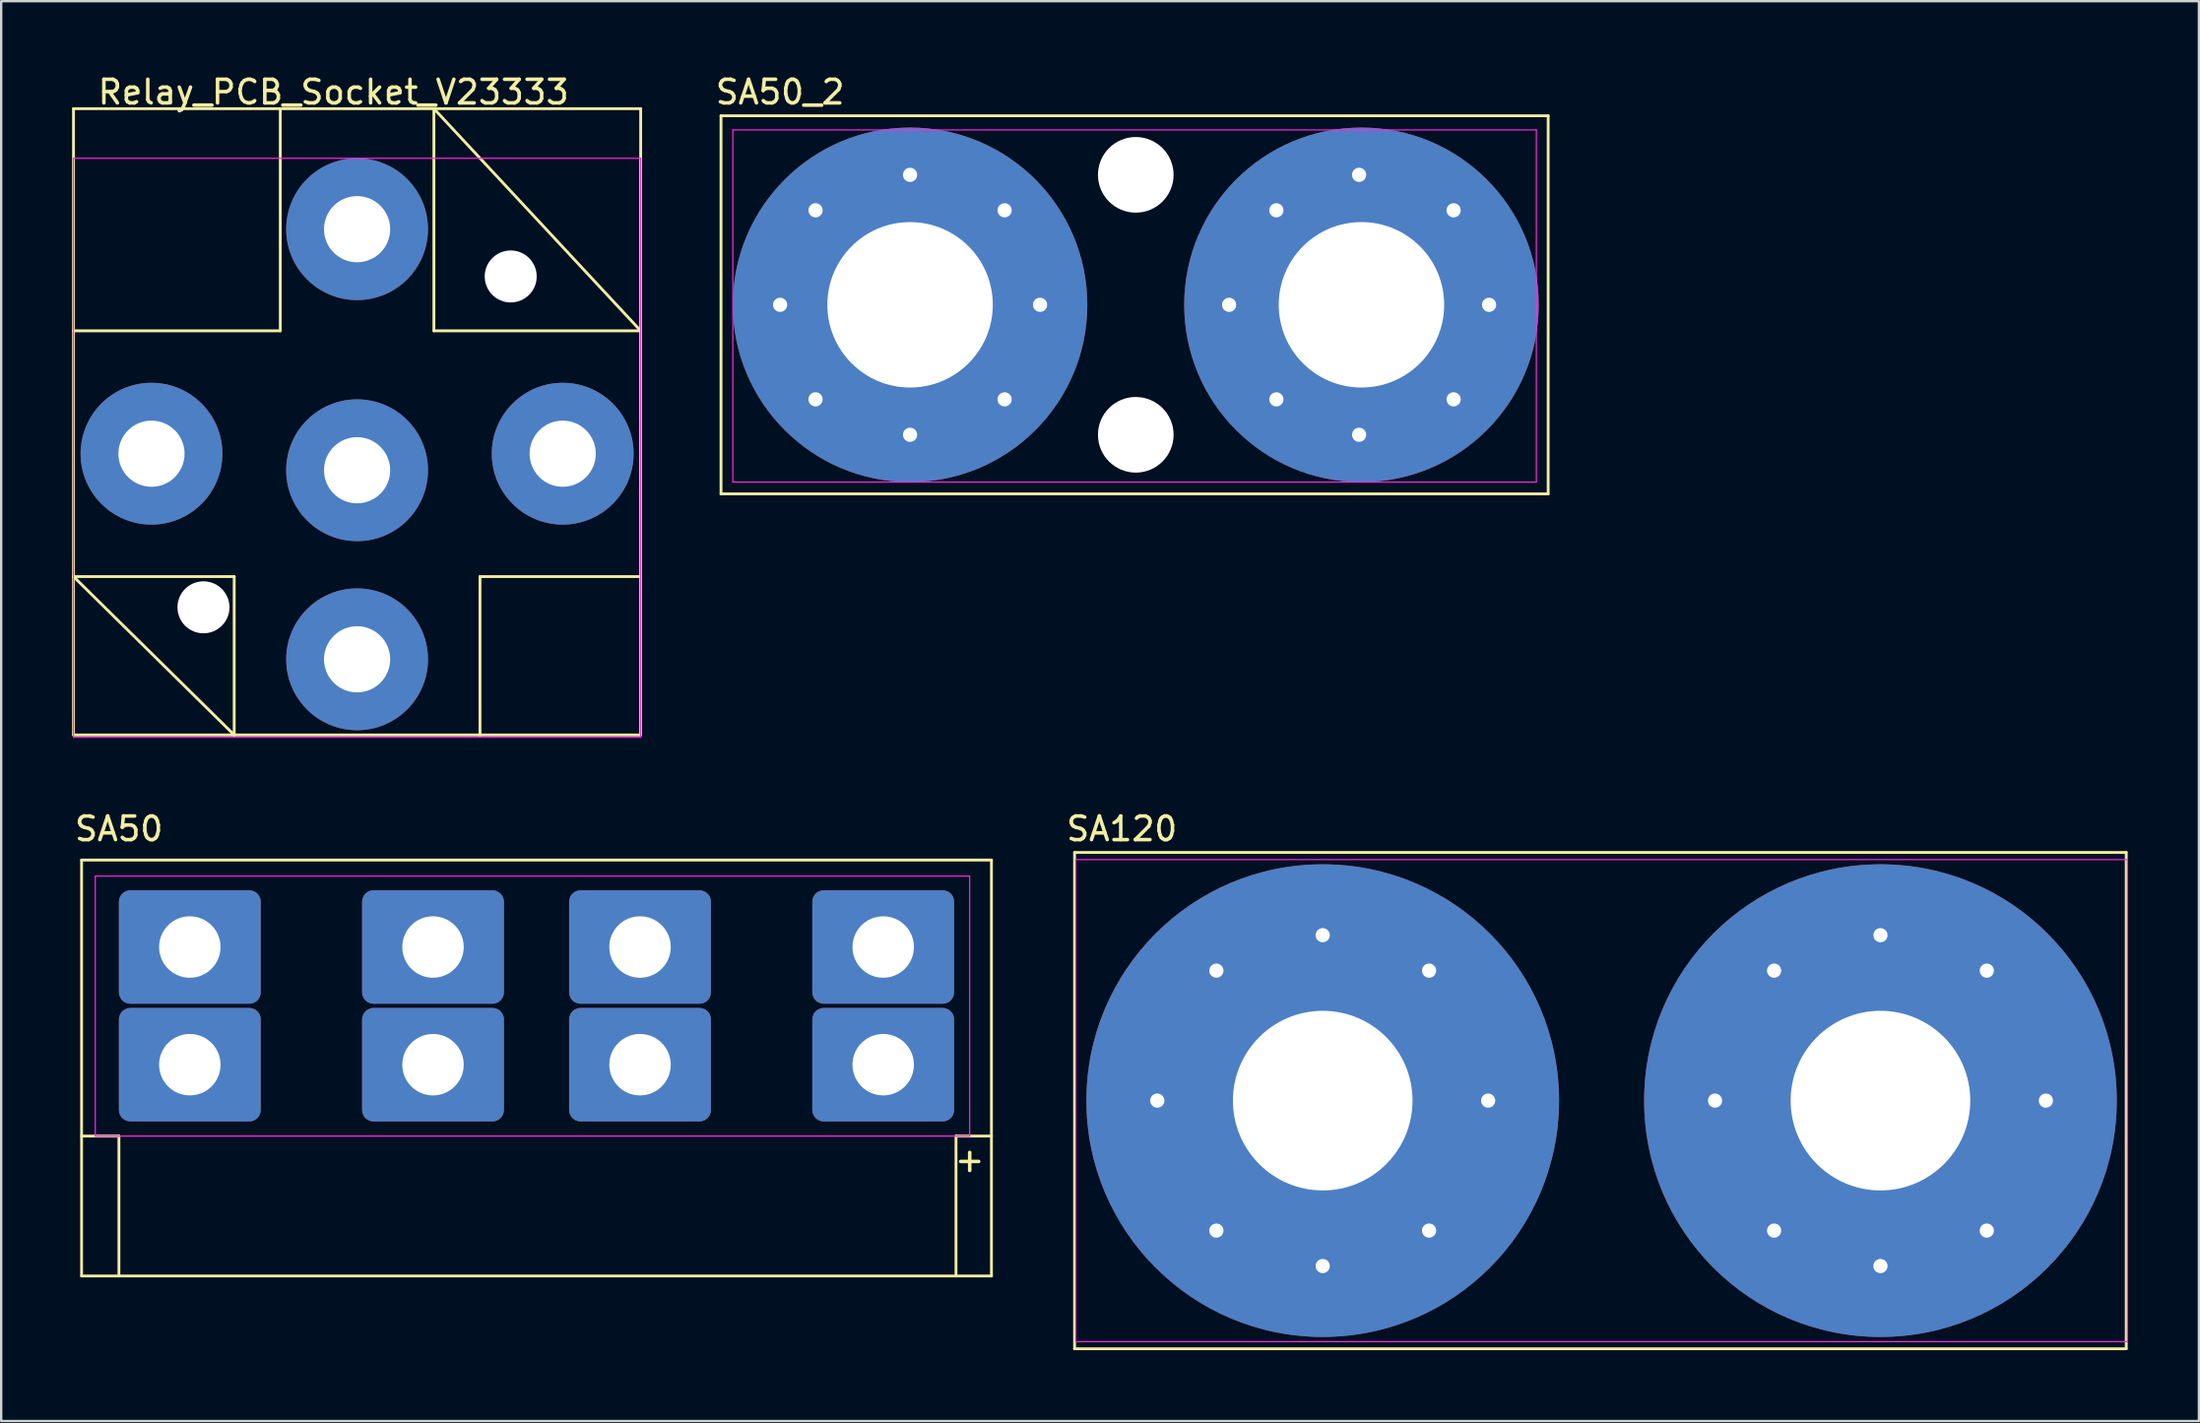
<source format=kicad_pcb>
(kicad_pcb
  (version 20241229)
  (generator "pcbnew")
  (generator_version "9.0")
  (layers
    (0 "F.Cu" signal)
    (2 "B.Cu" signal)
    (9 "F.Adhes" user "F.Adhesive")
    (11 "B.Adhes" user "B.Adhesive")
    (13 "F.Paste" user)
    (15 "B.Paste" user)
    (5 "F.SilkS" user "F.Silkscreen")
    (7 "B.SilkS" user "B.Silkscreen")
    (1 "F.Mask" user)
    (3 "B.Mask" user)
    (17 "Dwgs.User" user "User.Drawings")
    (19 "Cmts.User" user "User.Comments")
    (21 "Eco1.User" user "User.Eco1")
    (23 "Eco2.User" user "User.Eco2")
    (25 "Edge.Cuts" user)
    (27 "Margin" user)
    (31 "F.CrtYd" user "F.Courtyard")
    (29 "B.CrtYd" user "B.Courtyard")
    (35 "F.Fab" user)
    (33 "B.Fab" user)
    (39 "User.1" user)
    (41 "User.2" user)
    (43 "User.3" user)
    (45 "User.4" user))
  (footprint "Relay_PCB_Socket_V23333"
    (layer "F.Cu")
    (at 12.06 16.148)
    (property "Reference" "Relay_PCB_Socket_V23333" (at -1 -15.3 0) (layer "F.SilkS") (effects (font (size 1 1) (thickness 0.15))))
    (attr through_hole)
    (fp_line (start -12 -14.6) (end -12 11.9) (stroke (width 0.12) (type solid)) (layer "F.SilkS"))
    (fp_line (start -12 -14.6) (end 12 -14.6) (stroke (width 0.12) (type solid)) (layer "F.SilkS"))
    (fp_line (start -12 -5.2) (end -3.25 -5.2) (stroke (width 0.12) (type solid)) (layer "F.SilkS"))
    (fp_line (start -12 5.2) (end -5.2 5.2) (stroke (width 0.12) (type solid)) (layer "F.SilkS"))
    (fp_line (start -12 5.2) (end -5.2 11.9) (stroke (width 0.12) (type solid)) (layer "F.SilkS"))
    (fp_line (start -12 11.9) (end 12 11.9) (stroke (width 0.12) (type solid)) (layer "F.SilkS"))
    (fp_line (start -5.2 11.9) (end -5.2 5.2) (stroke (width 0.12) (type solid)) (layer "F.SilkS"))
    (fp_line (start -3.25 -14.6) (end -3.25 -5.2) (stroke (width 0.12) (type solid)) (layer "F.SilkS"))
    (fp_line (start 3.25 -14.6) (end 3.25 -5.2) (stroke (width 0.12) (type solid)) (layer "F.SilkS"))
    (fp_line (start 3.25 -14.6) (end 12 -5.2) (stroke (width 0.12) (type solid)) (layer "F.SilkS"))
    (fp_line (start 3.25 -5.2) (end 12 -5.2) (stroke (width 0.12) (type solid)) (layer "F.SilkS"))
    (fp_line (start 5.2 5.2) (end 12 5.2) (stroke (width 0.12) (type solid)) (layer "F.SilkS"))
    (fp_line (start 5.2 11.9) (end 5.2 5.2) (stroke (width 0.12) (type solid)) (layer "F.SilkS"))
    (fp_line (start 12 -14.6) (end 12 11.9) (stroke (width 0.12) (type solid)) (layer "F.SilkS"))
    (fp_line (start -12 -12.5) (end 12 -12.5) (stroke (width 0.05) (type solid)) (layer "F.CrtYd"))
    (fp_line (start -12 12) (end -12 -12.5) (stroke (width 0.05) (type solid)) (layer "F.CrtYd"))
    (fp_line (start 12 -12.5) (end 12 12) (stroke (width 0.05) (type solid)) (layer "F.CrtYd"))
    (fp_line (start 12 12) (end -12 12) (stroke (width 0.05) (type solid)) (layer "F.CrtYd"))
    (pad "" np_thru_hole circle (at -6.5 6.5) (size 2.2 2.2) (drill 2.2) (layers "*.Cu" "*.Mask"))
    (pad "" np_thru_hole circle (at 6.5 -7.5) (size 2.2 2.2) (drill 2.2) (layers "*.Cu" "*.Mask"))
    (pad "30" thru_hole circle (at 0 -9.5) (size 6 6) (drill 2.8) (layers "*.Cu" "*.Mask"))
    (pad "85" thru_hole circle (at 8.7 0) (size 6 6) (drill 2.8) (layers "*.Cu" "*.Mask"))
    (pad "86" thru_hole circle (at -8.7 0) (size 6 6) (drill 2.8) (layers "*.Cu" "*.Mask"))
    (pad "87" thru_hole circle (at 0 8.7) (size 6 6) (drill 2.8) (layers "*.Cu" "*.Mask"))
    (pad "87a" thru_hole circle (at 0 0.7) (size 6 6) (drill 2.8) (layers "*.Cu" "*.Mask")))
  (footprint "SA50"
    (layer "F.Cu")
    (at 4.982 37.022)
    (property "Reference" "SA50" (at -3 -5 0) (layer "F.SilkS") (effects (font (size 1 1) (thickness 0.15))))
    (attr through_hole)
    (fp_line (start -4.58 13.92) (end -4.58 -3.68) (stroke (width 0.12) (type solid)) (layer "F.SilkS"))
    (fp_line (start -4.58 13.92) (end 33.92 13.92) (stroke (width 0.12) (type solid)) (layer "F.SilkS"))
    (fp_line (start -3 8) (end -4.58 8) (stroke (width 0.12) (type solid)) (layer "F.SilkS"))
    (fp_line (start -3 8) (end -3 13.92) (stroke (width 0.12) (type solid)) (layer "F.SilkS"))
    (fp_line (start 32.42 8) (end 32.42 13.92) (stroke (width 0.12) (type solid)) (layer "F.SilkS"))
    (fp_line (start 33.92 -3.68) (end -4.58 -3.68) (stroke (width 0.12) (type solid)) (layer "F.SilkS"))
    (fp_line (start 33.92 -3.68) (end 33.92 13.92) (stroke (width 0.12) (type solid)) (layer "F.SilkS"))
    (fp_line (start 33.92 8) (end 32.42 8) (stroke (width 0.12) (type solid)) (layer "F.SilkS"))
    (fp_line (start -4 -3) (end 33 -3) (stroke (width 0.05) (type solid)) (layer "F.CrtYd"))
    (fp_line (start -4 8) (end -4 -3) (stroke (width 0.05) (type solid)) (layer "F.CrtYd"))
    (fp_line (start -4 8) (end 33 8) (stroke (width 0.05) (type solid)) (layer "F.CrtYd"))
    (fp_line (start 33 -3) (end 33 8) (stroke (width 0.05) (type solid)) (layer "F.CrtYd"))
    (fp_text user "+" (at 33 9 0) (layer "F.SilkS") (effects (font (size 1 1) (thickness 0.15))))
    (pad "1" thru_hole roundrect (at 0 0) (size 6 4.8) (drill 2.6) (layers "*.Cu" "*.Mask") (roundrect_rratio 0.1))
    (pad "1" thru_hole roundrect (at 0 4.98) (size 6 4.8) (drill 2.6) (layers "*.Cu" "*.Mask") (roundrect_rratio 0.1))
    (pad "1" thru_hole roundrect (at 10.29 0) (size 6 4.8) (drill 2.6) (layers "*.Cu" "*.Mask") (roundrect_rratio 0.1))
    (pad "1" thru_hole roundrect (at 10.29 4.98) (size 6 4.8) (drill 2.6) (layers "*.Cu" "*.Mask") (roundrect_rratio 0.1))
    (pad "2" thru_hole roundrect (at 19.05 0) (size 6 4.8) (drill 2.6) (layers "*.Cu" "*.Mask") (roundrect_rratio 0.1))
    (pad "2" thru_hole roundrect (at 19.05 4.98) (size 6 4.8) (drill 2.6) (layers "*.Cu" "*.Mask") (roundrect_rratio 0.1))
    (pad "2" thru_hole roundrect (at 29.34 0) (size 6 4.8) (drill 2.6) (layers "*.Cu" "*.Mask") (roundrect_rratio 0.1))
    (pad "2" thru_hole roundrect (at 29.34 4.98) (size 6 4.8) (drill 2.6) (layers "*.Cu" "*.Mask") (roundrect_rratio 0.1)))
  (footprint "SA50_2"
    (layer "F.Cu")
    (at 35.459 9.848)
    (property "Reference" "SA50_2" (at -5.5 -9 0) (layer "F.SilkS") (effects (font (size 1 1) (thickness 0.15))))
    (attr through_hole)
    (fp_line (start -8 -8) (end 27 -8) (stroke (width 0.12) (type solid)) (layer "F.SilkS"))
    (fp_line (start -8 8) (end -8 -8) (stroke (width 0.12) (type solid)) (layer "F.SilkS"))
    (fp_line (start 27 -8) (end 27 8) (stroke (width 0.12) (type solid)) (layer "F.SilkS"))
    (fp_line (start 27 8) (end -8 8) (stroke (width 0.12) (type solid)) (layer "F.SilkS"))
    (fp_line (start -7.5 -7.4) (end 26.5 -7.4) (stroke (width 0.05) (type solid)) (layer "F.CrtYd"))
    (fp_line (start -7.5 7.5) (end -7.5 -7.4) (stroke (width 0.05) (type solid)) (layer "F.CrtYd"))
    (fp_line (start -7.5 7.5) (end 26.5 7.5) (stroke (width 0.05) (type solid)) (layer "F.CrtYd"))
    (fp_line (start 26.5 -7.4) (end 26.5 7.5) (stroke (width 0.05) (type solid)) (layer "F.CrtYd"))
    (pad "" np_thru_hole circle (at 9.55 -5.5) (size 3.2 3.2) (drill 3.2) (layers "*.Cu" "*.Mask"))
    (pad "" np_thru_hole circle (at 9.55 5.5) (size 3.2 3.2) (drill 3.2) (layers "*.Cu" "*.Mask"))
    (pad "1" thru_hole circle (at -5.5 0) (size 2 2) (drill 0.6) (layers "*.Cu" "*.Mask"))
    (pad "1" thru_hole circle (at -4 -4) (size 2 2) (drill 0.6) (layers "*.Cu" "*.Mask"))
    (pad "1" thru_hole circle (at -4 4) (size 2 2) (drill 0.6) (layers "*.Cu" "*.Mask"))
    (pad "1" thru_hole circle (at 0 -5.5) (size 2 2) (drill 0.6) (layers "*.Cu" "*.Mask"))
    (pad "1" thru_hole circle (at 0 0) (size 15 15) (drill 7) (layers "*.Cu" "*.Mask"))
    (pad "1" thru_hole circle (at 0 5.5) (size 2 2) (drill 0.6) (layers "*.Cu" "*.Mask"))
    (pad "1" thru_hole circle (at 4 -4) (size 2 2) (drill 0.6) (layers "*.Cu" "*.Mask"))
    (pad "1" thru_hole circle (at 4 4) (size 2 2) (drill 0.6) (layers "*.Cu" "*.Mask"))
    (pad "1" thru_hole circle (at 5.5 0) (size 2 2) (drill 0.6) (layers "*.Cu" "*.Mask"))
    (pad "2" thru_hole circle (at 13.5 0) (size 2 2) (drill 0.6) (layers "*.Cu" "*.Mask"))
    (pad "2" thru_hole circle (at 15.5 -4) (size 2 2) (drill 0.6) (layers "*.Cu" "*.Mask"))
    (pad "2" thru_hole circle (at 15.5 4) (size 2 2) (drill 0.6) (layers "*.Cu" "*.Mask"))
    (pad "2" thru_hole circle (at 19 -5.5) (size 2 2) (drill 0.6) (layers "*.Cu" "*.Mask"))
    (pad "2" thru_hole circle (at 19 5.5) (size 2 2) (drill 0.6) (layers "*.Cu" "*.Mask"))
    (pad "2" thru_hole circle (at 19.1 0) (size 15 15) (drill 7) (layers "*.Cu" "*.Mask"))
    (pad "2" thru_hole circle (at 23 -4) (size 2 2) (drill 0.6) (layers "*.Cu" "*.Mask"))
    (pad "2" thru_hole circle (at 23 4) (size 2 2) (drill 0.6) (layers "*.Cu" "*.Mask"))
    (pad "2" thru_hole circle (at 24.5 0) (size 2 2) (drill 0.6) (layers "*.Cu" "*.Mask")))
  (footprint "SA120"
    (layer "F.Cu")
    (at 52.92 43.522)
    (property "Reference" "SA120" (at -8.5 -11.5 0) (layer "F.SilkS") (effects (font (size 1 1) (thickness 0.15))))
    (attr through_hole)
    (fp_line (start -10.5 -10.5) (end 34 -10.5) (stroke (width 0.12) (type solid)) (layer "F.SilkS"))
    (fp_line (start -10.5 10.5) (end -10.5 -10.5) (stroke (width 0.12) (type solid)) (layer "F.SilkS"))
    (fp_line (start 34 -10.5) (end 34 10.5) (stroke (width 0.12) (type solid)) (layer "F.SilkS"))
    (fp_line (start 34 10.5) (end -10.5 10.5) (stroke (width 0.12) (type solid)) (layer "F.SilkS"))
    (fp_line (start -10.45 -10.2) (end 34.05 -10.2) (stroke (width 0.05) (type solid)) (layer "F.CrtYd"))
    (fp_line (start -10.45 10.2) (end -10.45 -10.2) (stroke (width 0.05) (type solid)) (layer "F.CrtYd"))
    (fp_line (start -10.45 10.2) (end 34.05 10.2) (stroke (width 0.05) (type solid)) (layer "F.CrtYd"))
    (fp_line (start 34.05 -10.2) (end 34.05 10.2) (stroke (width 0.05) (type solid)) (layer "F.CrtYd"))
    (pad "1" thru_hole circle (at -7 0) (size 2 2) (drill 0.6) (layers "*.Cu" "*.Mask"))
    (pad "1" thru_hole circle (at -4.5 -5.5) (size 2 2) (drill 0.6) (layers "*.Cu" "*.Mask"))
    (pad "1" thru_hole circle (at -4.5 5.5) (size 2 2) (drill 0.6) (layers "*.Cu" "*.Mask"))
    (pad "1" thru_hole circle (at 0 -7) (size 2 2) (drill 0.6) (layers "*.Cu" "*.Mask"))
    (pad "1" thru_hole circle (at 0 0) (size 20 20) (drill 7.6) (layers "*.Cu" "*.Mask"))
    (pad "1" thru_hole circle (at 0 7) (size 2 2) (drill 0.6) (layers "*.Cu" "*.Mask"))
    (pad "1" thru_hole circle (at 4.5 -5.5) (size 2 2) (drill 0.6) (layers "*.Cu" "*.Mask"))
    (pad "1" thru_hole circle (at 4.5 5.5) (size 2 2) (drill 0.6) (layers "*.Cu" "*.Mask"))
    (pad "1" thru_hole circle (at 7 0) (size 2 2) (drill 0.6) (layers "*.Cu" "*.Mask"))
    (pad "2" thru_hole circle (at 16.6 0) (size 2 2) (drill 0.6) (layers "*.Cu" "*.Mask"))
    (pad "2" thru_hole circle (at 19.1 -5.5) (size 2 2) (drill 0.6) (layers "*.Cu" "*.Mask"))
    (pad "2" thru_hole circle (at 19.1 5.5) (size 2 2) (drill 0.6) (layers "*.Cu" "*.Mask"))
    (pad "2" thru_hole circle (at 23.6 -7) (size 2 2) (drill 0.6) (layers "*.Cu" "*.Mask"))
    (pad "2" thru_hole circle (at 23.6 0) (size 20 20) (drill 7.6) (layers "*.Cu" "*.Mask"))
    (pad "2" thru_hole circle (at 23.6 7) (size 2 2) (drill 0.6) (layers "*.Cu" "*.Mask"))
    (pad "2" thru_hole circle (at 28.1 -5.5) (size 2 2) (drill 0.6) (layers "*.Cu" "*.Mask"))
    (pad "2" thru_hole circle (at 28.1 5.5) (size 2 2) (drill 0.6) (layers "*.Cu" "*.Mask"))
    (pad "2" thru_hole circle (at 30.6 0) (size 2 2) (drill 0.6) (layers "*.Cu" "*.Mask")))
  (gr_rect
    (start -3 -3)
    (end 89.995 57.081)
    (stroke (width 0.1) (type default))
    (fill no)
    (layer "Edge.Cuts")))
</source>
